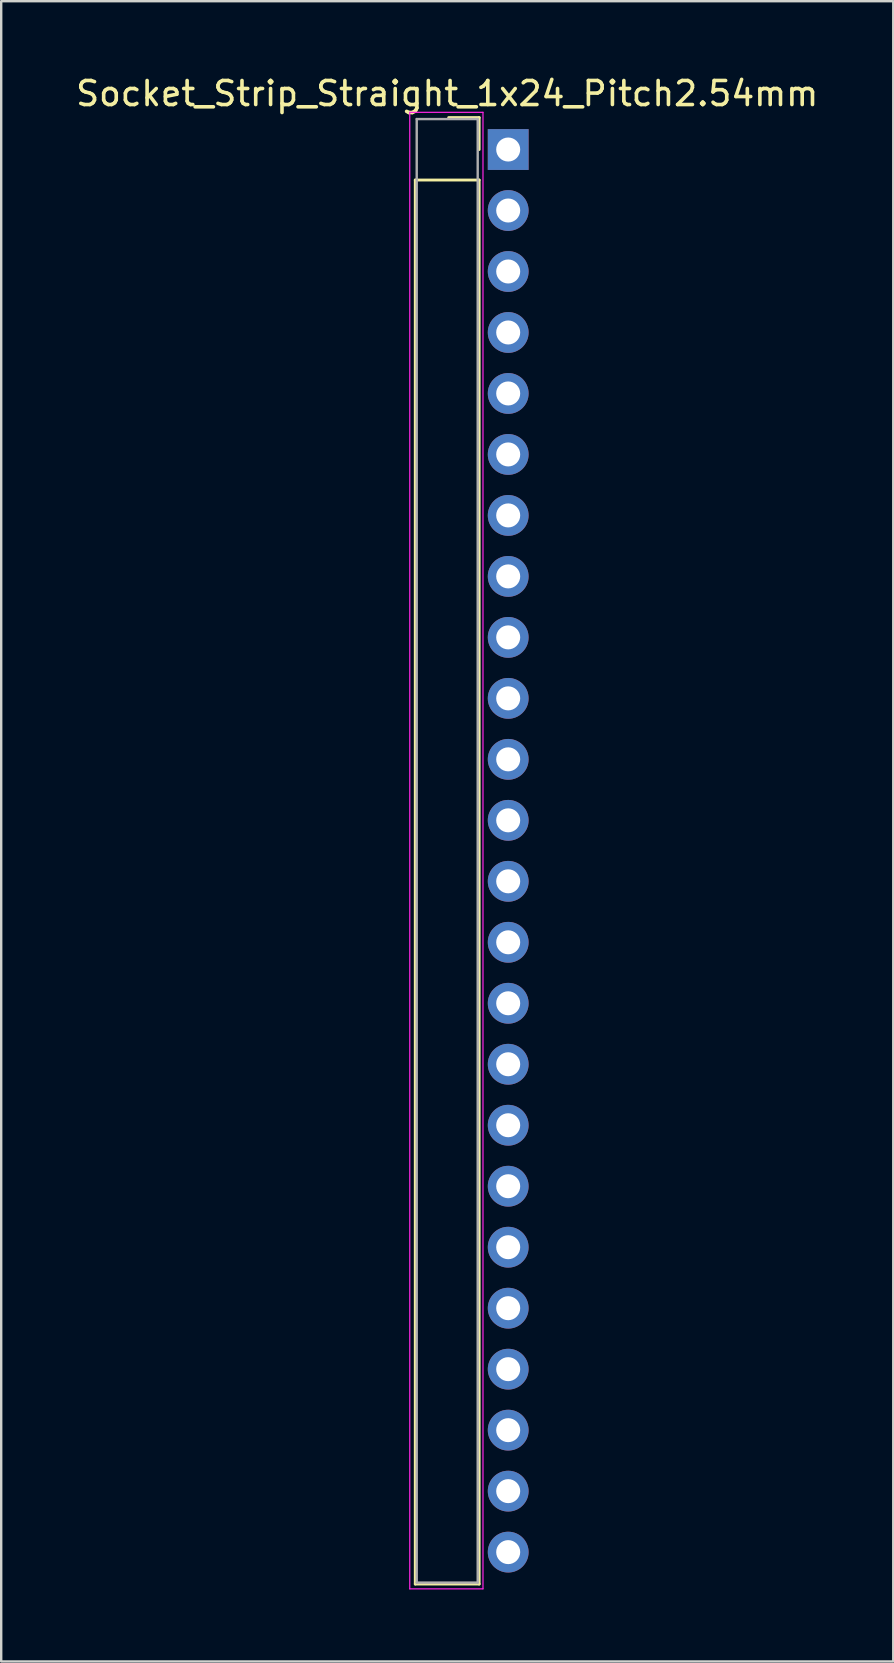
<source format=kicad_pcb>
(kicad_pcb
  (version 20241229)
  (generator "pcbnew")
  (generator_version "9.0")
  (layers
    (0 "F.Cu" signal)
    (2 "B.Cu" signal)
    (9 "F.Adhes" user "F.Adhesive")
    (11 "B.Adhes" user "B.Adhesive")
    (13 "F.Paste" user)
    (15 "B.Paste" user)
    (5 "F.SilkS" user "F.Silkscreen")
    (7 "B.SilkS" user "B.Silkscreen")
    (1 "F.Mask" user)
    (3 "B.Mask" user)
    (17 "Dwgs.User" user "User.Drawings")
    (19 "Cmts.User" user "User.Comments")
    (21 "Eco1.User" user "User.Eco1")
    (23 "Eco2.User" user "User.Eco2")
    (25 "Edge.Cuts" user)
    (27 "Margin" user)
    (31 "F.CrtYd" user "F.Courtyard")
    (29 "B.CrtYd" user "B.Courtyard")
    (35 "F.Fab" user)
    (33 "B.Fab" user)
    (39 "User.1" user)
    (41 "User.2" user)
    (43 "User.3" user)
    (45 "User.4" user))
  (footprint "Socket_Strip_Straight_1x24_Pitch2.54mm"
    (layer "F.Cu")
    (at 18.117 3.178)
    (property "Reference" "Socket_Strip_Straight_1x24_Pitch2.54mm" (at -2.54 -2.33 0) (layer "F.SilkS") (effects (font (size 1 1) (thickness 0.15))))
    (attr through_hole)
    (fp_line (start -3.87 1.27) (end -3.87 59.75) (stroke (width 0.12) (type solid)) (layer "F.SilkS"))
    (fp_line (start -3.87 59.75) (end -1.21 59.75) (stroke (width 0.12) (type solid)) (layer "F.SilkS"))
    (fp_line (start -1.21 -1.33) (end -2.48 -1.33) (stroke (width 0.12) (type solid)) (layer "F.SilkS"))
    (fp_line (start -1.21 0) (end -1.21 -1.33) (stroke (width 0.12) (type solid)) (layer "F.SilkS"))
    (fp_line (start -1.21 1.27) (end -3.87 1.27) (stroke (width 0.12) (type solid)) (layer "F.SilkS"))
    (fp_line (start -1.21 59.75) (end -1.21 1.27) (stroke (width 0.12) (type solid)) (layer "F.SilkS"))
    (fp_line (start -4.1 -1.55) (end -4.1 59.95) (stroke (width 0.05) (type solid)) (layer "F.CrtYd"))
    (fp_line (start -4.1 59.95) (end -1.05 59.95) (stroke (width 0.05) (type solid)) (layer "F.CrtYd"))
    (fp_line (start -1.05 -1.55) (end -4.1 -1.55) (stroke (width 0.05) (type solid)) (layer "F.CrtYd"))
    (fp_line (start -1.05 59.95) (end -1.05 -1.55) (stroke (width 0.05) (type solid)) (layer "F.CrtYd"))
    (fp_line (start -3.81 -1.27) (end -3.81 59.69) (stroke (width 0.1) (type solid)) (layer "F.Fab"))
    (fp_line (start -3.81 59.69) (end -1.27 59.69) (stroke (width 0.1) (type solid)) (layer "F.Fab"))
    (fp_line (start -1.27 -1.27) (end -3.81 -1.27) (stroke (width 0.1) (type solid)) (layer "F.Fab"))
    (fp_line (start -1.27 59.69) (end -1.27 -1.27) (stroke (width 0.1) (type solid)) (layer "F.Fab"))
    (pad "1" thru_hole rect (at 0 0) (size 1.7 1.7) (drill 1) (layers "*.Cu" "*.Mask"))
    (pad "2" thru_hole oval (at 0 2.54) (size 1.7 1.7) (drill 1) (layers "*.Cu" "*.Mask"))
    (pad "3" thru_hole oval (at 0 5.08) (size 1.7 1.7) (drill 1) (layers "*.Cu" "*.Mask"))
    (pad "4" thru_hole oval (at 0 7.62) (size 1.7 1.7) (drill 1) (layers "*.Cu" "*.Mask"))
    (pad "5" thru_hole oval (at 0 10.16) (size 1.7 1.7) (drill 1) (layers "*.Cu" "*.Mask"))
    (pad "6" thru_hole oval (at 0 12.7) (size 1.7 1.7) (drill 1) (layers "*.Cu" "*.Mask"))
    (pad "7" thru_hole oval (at 0 15.24) (size 1.7 1.7) (drill 1) (layers "*.Cu" "*.Mask"))
    (pad "8" thru_hole oval (at 0 17.78) (size 1.7 1.7) (drill 1) (layers "*.Cu" "*.Mask"))
    (pad "9" thru_hole oval (at 0 20.32) (size 1.7 1.7) (drill 1) (layers "*.Cu" "*.Mask"))
    (pad "10" thru_hole oval (at 0 22.86) (size 1.7 1.7) (drill 1) (layers "*.Cu" "*.Mask"))
    (pad "11" thru_hole oval (at 0 25.4) (size 1.7 1.7) (drill 1) (layers "*.Cu" "*.Mask"))
    (pad "12" thru_hole oval (at 0 27.94) (size 1.7 1.7) (drill 1) (layers "*.Cu" "*.Mask"))
    (pad "13" thru_hole oval (at 0 30.48) (size 1.7 1.7) (drill 1) (layers "*.Cu" "*.Mask"))
    (pad "14" thru_hole oval (at 0 33.02) (size 1.7 1.7) (drill 1) (layers "*.Cu" "*.Mask"))
    (pad "15" thru_hole oval (at 0 35.56) (size 1.7 1.7) (drill 1) (layers "*.Cu" "*.Mask"))
    (pad "16" thru_hole oval (at 0 38.1) (size 1.7 1.7) (drill 1) (layers "*.Cu" "*.Mask"))
    (pad "17" thru_hole oval (at 0 40.64) (size 1.7 1.7) (drill 1) (layers "*.Cu" "*.Mask"))
    (pad "18" thru_hole oval (at 0 43.18) (size 1.7 1.7) (drill 1) (layers "*.Cu" "*.Mask"))
    (pad "19" thru_hole oval (at 0 45.72) (size 1.7 1.7) (drill 1) (layers "*.Cu" "*.Mask"))
    (pad "20" thru_hole oval (at 0 48.26) (size 1.7 1.7) (drill 1) (layers "*.Cu" "*.Mask"))
    (pad "21" thru_hole oval (at 0 50.8) (size 1.7 1.7) (drill 1) (layers "*.Cu" "*.Mask"))
    (pad "22" thru_hole oval (at 0 53.34) (size 1.7 1.7) (drill 1) (layers "*.Cu" "*.Mask"))
    (pad "23" thru_hole oval (at 0 55.88) (size 1.7 1.7) (drill 1) (layers "*.Cu" "*.Mask"))
    (pad "24" thru_hole oval (at 0 58.42) (size 1.7 1.7) (drill 1) (layers "*.Cu" "*.Mask")))
  (gr_rect
    (start -3 -3)
    (end 34.155 66.153)
    (stroke (width 0.1) (type default))
    (fill no)
    (layer "Edge.Cuts")))
</source>
